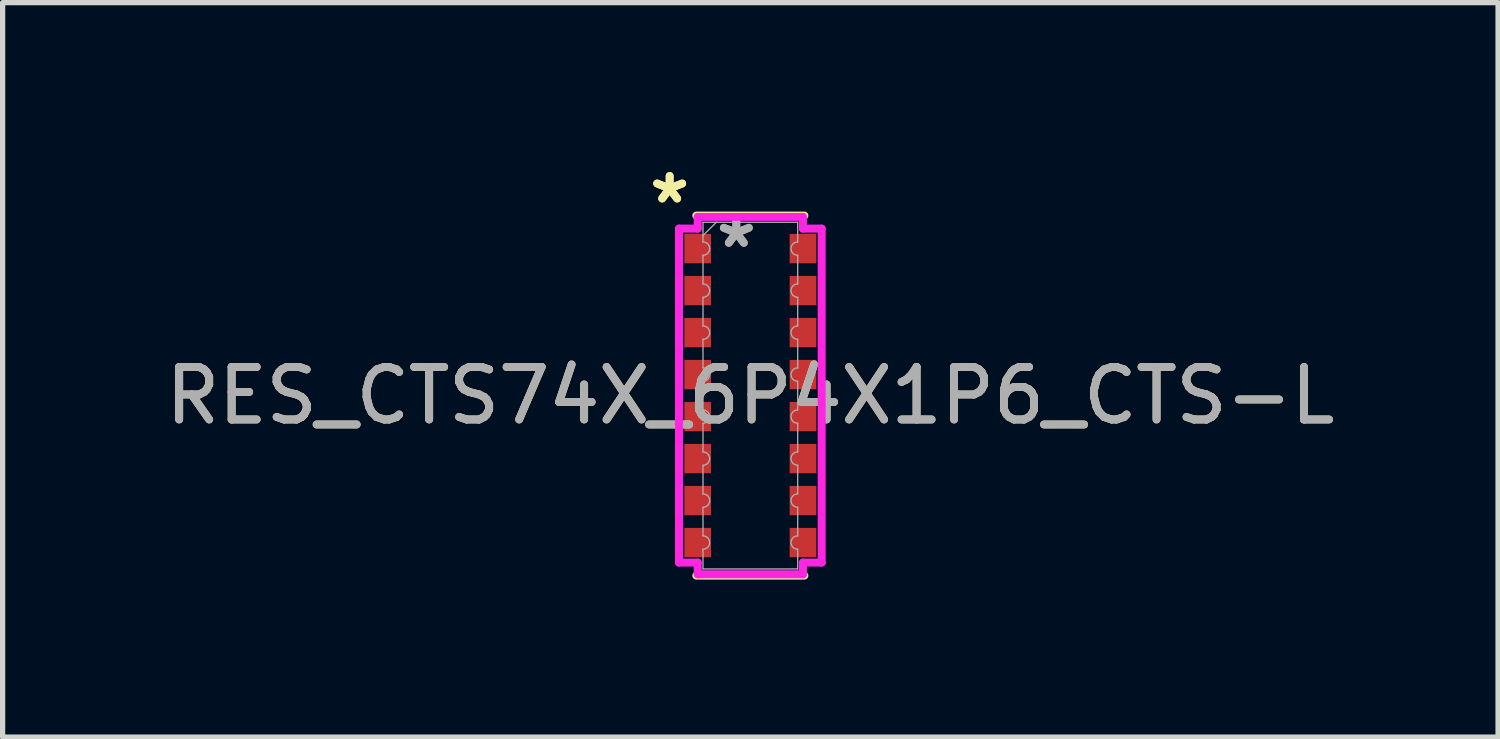
<source format=kicad_pcb>
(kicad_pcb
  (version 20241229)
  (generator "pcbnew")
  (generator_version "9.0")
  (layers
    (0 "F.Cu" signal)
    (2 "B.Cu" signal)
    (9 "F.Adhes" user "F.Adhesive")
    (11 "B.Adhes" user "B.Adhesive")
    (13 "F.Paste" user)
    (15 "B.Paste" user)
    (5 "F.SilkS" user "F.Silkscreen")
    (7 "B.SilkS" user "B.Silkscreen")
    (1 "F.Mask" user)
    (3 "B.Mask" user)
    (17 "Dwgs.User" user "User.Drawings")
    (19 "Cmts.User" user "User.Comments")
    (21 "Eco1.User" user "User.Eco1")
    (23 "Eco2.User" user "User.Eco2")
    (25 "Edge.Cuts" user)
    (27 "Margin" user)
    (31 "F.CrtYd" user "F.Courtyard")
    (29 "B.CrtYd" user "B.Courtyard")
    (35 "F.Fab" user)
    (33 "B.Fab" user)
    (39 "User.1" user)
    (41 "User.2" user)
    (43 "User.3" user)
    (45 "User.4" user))
  (footprint "RES_CTS74X_6P4X1P6_CTS-L"
    (layer "F.Cu")
    (at 11.244 4.486)
    (property "Reference" "RES_CTS74X_6P4X1P6_CTS-L" (at 0 0 0) (unlocked yes) (layer "F.SilkS") (effects (font (size 1 1) (thickness 0.15))))
    (attr smd)
    (fp_line (start -1.029 -3.429) (end 1.029 -3.429) (stroke (width 0.152) (type solid)) (layer "F.SilkS"))
    (fp_line (start -1.029 3.429) (end 1.029 3.429) (stroke (width 0.152) (type solid)) (layer "F.SilkS"))
    (fp_line (start -1.359 -3.181) (end -1.003 -3.181) (stroke (width 0.152) (type solid)) (layer "F.CrtYd"))
    (fp_line (start -1.359 3.181) (end -1.359 -3.181) (stroke (width 0.152) (type solid)) (layer "F.CrtYd"))
    (fp_line (start -1.359 3.181) (end -1.003 3.181) (stroke (width 0.152) (type solid)) (layer "F.CrtYd"))
    (fp_line (start -1.003 -3.404) (end 1.003 -3.404) (stroke (width 0.152) (type solid)) (layer "F.CrtYd"))
    (fp_line (start -1.003 -3.181) (end -1.003 -3.404) (stroke (width 0.152) (type solid)) (layer "F.CrtYd"))
    (fp_line (start -1.003 3.404) (end -1.003 3.181) (stroke (width 0.152) (type solid)) (layer "F.CrtYd"))
    (fp_line (start 1.003 -3.404) (end 1.003 -3.181) (stroke (width 0.152) (type solid)) (layer "F.CrtYd"))
    (fp_line (start 1.003 3.181) (end 1.003 3.404) (stroke (width 0.152) (type solid)) (layer "F.CrtYd"))
    (fp_line (start 1.003 3.404) (end -1.003 3.404) (stroke (width 0.152) (type solid)) (layer "F.CrtYd"))
    (fp_line (start 1.359 -3.181) (end 1.003 -3.181) (stroke (width 0.152) (type solid)) (layer "F.CrtYd"))
    (fp_line (start 1.359 -3.181) (end 1.359 3.181) (stroke (width 0.152) (type solid)) (layer "F.CrtYd"))
    (fp_line (start 1.359 3.181) (end 1.003 3.181) (stroke (width 0.152) (type solid)) (layer "F.CrtYd"))
    (fp_line (start -0.902 -3.302) (end 0.902 -3.302) (stroke (width 0.025) (type solid)) (layer "F.Fab"))
    (fp_line (start -0.902 -2.927) (end -0.902 -3.302) (stroke (width 0.025) (type solid)) (layer "F.Fab"))
    (fp_line (start -0.902 -2.673) (end -0.902 -2.127) (stroke (width 0.025) (type solid)) (layer "F.Fab"))
    (fp_line (start -0.902 -1.873) (end -0.902 -1.327) (stroke (width 0.025) (type solid)) (layer "F.Fab"))
    (fp_line (start -0.902 -1.073) (end -0.902 -0.527) (stroke (width 0.025) (type solid)) (layer "F.Fab"))
    (fp_line (start -0.902 -0.273) (end -0.902 0.273) (stroke (width 0.025) (type solid)) (layer "F.Fab"))
    (fp_line (start -0.902 0.527) (end -0.902 1.073) (stroke (width 0.025) (type solid)) (layer "F.Fab"))
    (fp_line (start -0.902 1.327) (end -0.902 1.873) (stroke (width 0.025) (type solid)) (layer "F.Fab"))
    (fp_line (start -0.902 2.127) (end -0.902 2.673) (stroke (width 0.025) (type solid)) (layer "F.Fab"))
    (fp_line (start -0.902 2.927) (end -0.902 3.302) (stroke (width 0.025) (type solid)) (layer "F.Fab"))
    (fp_line (start -0.902 3.302) (end 0.902 3.302) (stroke (width 0.025) (type solid)) (layer "F.Fab"))
    (fp_line (start -0.648 -3.302) (end -0.902 -3.048) (stroke (width 0.025) (type solid)) (layer "F.Fab"))
    (fp_line (start 0.902 -2.927) (end 0.902 -3.302) (stroke (width 0.025) (type solid)) (layer "F.Fab"))
    (fp_line (start 0.902 -2.673) (end 0.902 -2.127) (stroke (width 0.025) (type solid)) (layer "F.Fab"))
    (fp_line (start 0.902 -1.873) (end 0.902 -1.327) (stroke (width 0.025) (type solid)) (layer "F.Fab"))
    (fp_line (start 0.902 -1.073) (end 0.902 -0.527) (stroke (width 0.025) (type solid)) (layer "F.Fab"))
    (fp_line (start 0.902 -0.273) (end 0.902 0.273) (stroke (width 0.025) (type solid)) (layer "F.Fab"))
    (fp_line (start 0.902 0.527) (end 0.902 1.073) (stroke (width 0.025) (type solid)) (layer "F.Fab"))
    (fp_line (start 0.902 1.327) (end 0.902 1.873) (stroke (width 0.025) (type solid)) (layer "F.Fab"))
    (fp_line (start 0.902 2.127) (end 0.902 2.673) (stroke (width 0.025) (type solid)) (layer "F.Fab"))
    (fp_line (start 0.902 2.927) (end 0.902 3.302) (stroke (width 0.025) (type solid)) (layer "F.Fab"))
    (fp_arc (start -0.9017 -2.926999) (mid -0.7747 -2.799999) (end -0.9017 -2.672999) (stroke (width 0.0254) (type solid)) (layer "F.Fab"))
    (fp_arc (start -0.9017 -2.126999) (mid -0.7747 -1.999999) (end -0.9017 -1.872999) (stroke (width 0.0254) (type solid)) (layer "F.Fab"))
    (fp_arc (start -0.9017 -1.327) (mid -0.7747 -1.2) (end -0.9017 -1.073) (stroke (width 0.0254) (type solid)) (layer "F.Fab"))
    (fp_arc (start -0.9017 -0.526999) (mid -0.7747 -0.399999) (end -0.9017 -0.272999) (stroke (width 0.0254) (type solid)) (layer "F.Fab"))
    (fp_arc (start -0.9017 0.272999) (mid -0.7747 0.399999) (end -0.9017 0.526999) (stroke (width 0.0254) (type solid)) (layer "F.Fab"))
    (fp_arc (start -0.9017 1.073) (mid -0.7747 1.2) (end -0.9017 1.327) (stroke (width 0.0254) (type solid)) (layer "F.Fab"))
    (fp_arc (start -0.9017 1.873001) (mid -0.7747 2.000001) (end -0.9017 2.127001) (stroke (width 0.0254) (type solid)) (layer "F.Fab"))
    (fp_arc (start -0.9017 2.672999) (mid -0.7747 2.799999) (end -0.9017 2.926999) (stroke (width 0.0254) (type solid)) (layer "F.Fab"))
    (fp_arc (start 0.9017 -2.672999) (mid 0.7747 -2.799999) (end 0.9017 -2.926999) (stroke (width 0.0254) (type solid)) (layer "F.Fab"))
    (fp_arc (start 0.9017 -1.872999) (mid 0.7747 -1.999999) (end 0.9017 -2.126999) (stroke (width 0.0254) (type solid)) (layer "F.Fab"))
    (fp_arc (start 0.9017 -1.073) (mid 0.7747 -1.2) (end 0.9017 -1.327) (stroke (width 0.0254) (type solid)) (layer "F.Fab"))
    (fp_arc (start 0.9017 -0.272999) (mid 0.7747 -0.399999) (end 0.9017 -0.526999) (stroke (width 0.0254) (type solid)) (layer "F.Fab"))
    (fp_arc (start 0.9017 0.526999) (mid 0.7747 0.399999) (end 0.9017 0.272999) (stroke (width 0.0254) (type solid)) (layer "F.Fab"))
    (fp_arc (start 0.9017 1.327) (mid 0.7747 1.2) (end 0.9017 1.073) (stroke (width 0.0254) (type solid)) (layer "F.Fab"))
    (fp_arc (start 0.9017 2.127001) (mid 0.7747 2.000001) (end 0.9017 1.873001) (stroke (width 0.0254) (type solid)) (layer "F.Fab"))
    (fp_arc (start 0.9017 2.926999) (mid 0.7747 2.799999) (end 0.9017 2.672999) (stroke (width 0.0254) (type solid)) (layer "F.Fab"))
    (fp_text user "*" (at -1.537 -3.638 0) (unlocked yes) (layer "F.SilkS") (effects (font (size 1 1) (thickness 0.15))))
    (fp_text user "*" (at -1.537 -3.638 0) (layer "F.SilkS") (effects (font (size 1 1) (thickness 0.15))))
    (fp_text user "*" (at -0.267 -2.794 0) (layer "F.Fab") (effects (font (size 1 1) (thickness 0.15))))
    (fp_text user "*" (at -0.267 -2.794 0) (unlocked yes) (layer "F.Fab") (effects (font (size 1 1) (thickness 0.15))))
    (fp_text user "${REFERENCE}" (at 0 0 0) (unlocked yes) (layer "F.Fab") (effects (font (size 1 1) (thickness 0.15))))
    (pad "1" smd rect (at -1.003 -2.8) (size 0.508 0.559) (layers "F.Cu" "F.Mask" "F.Paste"))
    (pad "2" smd rect (at -1.003 -2) (size 0.508 0.559) (layers "F.Cu" "F.Mask" "F.Paste"))
    (pad "3" smd rect (at -1.003 -1.2) (size 0.508 0.559) (layers "F.Cu" "F.Mask" "F.Paste"))
    (pad "4" smd rect (at -1.003 -0.4) (size 0.508 0.559) (layers "F.Cu" "F.Mask" "F.Paste"))
    (pad "5" smd rect (at -1.003 0.4) (size 0.508 0.559) (layers "F.Cu" "F.Mask" "F.Paste"))
    (pad "6" smd rect (at -1.003 1.2) (size 0.508 0.559) (layers "F.Cu" "F.Mask" "F.Paste"))
    (pad "7" smd rect (at -1.003 2) (size 0.508 0.559) (layers "F.Cu" "F.Mask" "F.Paste"))
    (pad "8" smd rect (at -1.003 2.8) (size 0.508 0.559) (layers "F.Cu" "F.Mask" "F.Paste"))
    (pad "9" smd rect (at 1.003 2.8) (size 0.508 0.559) (layers "F.Cu" "F.Mask" "F.Paste"))
    (pad "10" smd rect (at 1.003 2) (size 0.508 0.559) (layers "F.Cu" "F.Mask" "F.Paste"))
    (pad "11" smd rect (at 1.003 1.2) (size 0.508 0.559) (layers "F.Cu" "F.Mask" "F.Paste"))
    (pad "12" smd rect (at 1.003 0.4) (size 0.508 0.559) (layers "F.Cu" "F.Mask" "F.Paste"))
    (pad "13" smd rect (at 1.003 -0.4) (size 0.508 0.559) (layers "F.Cu" "F.Mask" "F.Paste"))
    (pad "14" smd rect (at 1.003 -1.2) (size 0.508 0.559) (layers "F.Cu" "F.Mask" "F.Paste"))
    (pad "15" smd rect (at 1.003 -2) (size 0.508 0.559) (layers "F.Cu" "F.Mask" "F.Paste"))
    (pad "16" smd rect (at 1.003 -2.8) (size 0.508 0.559) (layers "F.Cu" "F.Mask" "F.Paste")))
  (gr_rect
    (start -3 -3)
    (end 25.488 10.992)
    (stroke (width 0.1) (type default))
    (fill no)
    (layer "Edge.Cuts")))
</source>
